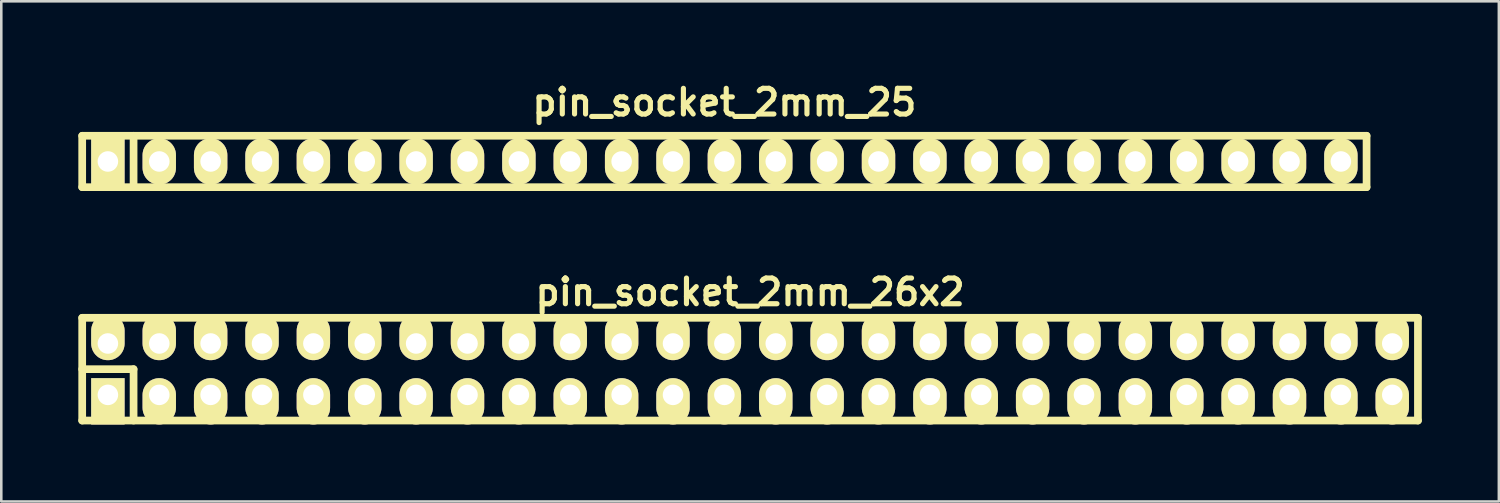
<source format=kicad_pcb>
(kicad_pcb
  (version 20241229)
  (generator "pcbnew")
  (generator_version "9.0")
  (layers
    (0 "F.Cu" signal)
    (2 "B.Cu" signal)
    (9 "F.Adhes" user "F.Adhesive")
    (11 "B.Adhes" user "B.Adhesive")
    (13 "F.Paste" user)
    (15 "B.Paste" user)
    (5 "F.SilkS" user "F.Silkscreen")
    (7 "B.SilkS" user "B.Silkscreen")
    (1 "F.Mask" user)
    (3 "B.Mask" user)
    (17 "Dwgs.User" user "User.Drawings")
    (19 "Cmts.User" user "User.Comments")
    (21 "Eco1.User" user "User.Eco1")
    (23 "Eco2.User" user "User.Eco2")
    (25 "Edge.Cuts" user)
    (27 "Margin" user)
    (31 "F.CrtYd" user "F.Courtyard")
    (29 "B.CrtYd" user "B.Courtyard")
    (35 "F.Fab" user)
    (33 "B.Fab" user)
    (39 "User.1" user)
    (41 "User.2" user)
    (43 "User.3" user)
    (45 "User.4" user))
  (footprint "pin_socket_2mm_25"
    (layer "F.Cu")
    (at 25.15 3.236)
    (property "Reference" "pin_socket_2mm_25" (at 0 -2.3 0) (layer "F.SilkS") (effects (font (size 1 1) (thickness 0.2))))
    (attr through_hole)
    (fp_line (start -25 -1) (end 25 -1) (stroke (width 0.3) (type solid)) (layer "F.SilkS"))
    (fp_line (start -25 1) (end -25 -1) (stroke (width 0.3) (type solid)) (layer "F.SilkS"))
    (fp_line (start -23 -1) (end -23 1) (stroke (width 0.3) (type solid)) (layer "F.SilkS"))
    (fp_line (start 25 -1) (end 25 1) (stroke (width 0.3) (type solid)) (layer "F.SilkS"))
    (fp_line (start 25 1) (end -25 1) (stroke (width 0.3) (type solid)) (layer "F.SilkS"))
    (pad "1" thru_hole rect (at -24 0) (size 1.3 1.8) (drill 0.8) (layers "*.Cu" "*.Mask" "F.SilkS"))
    (pad "2" thru_hole oval (at -22 0) (size 1.3 1.8) (drill 0.8) (layers "*.Cu" "*.Mask" "F.SilkS"))
    (pad "3" thru_hole oval (at -20 0) (size 1.3 1.8) (drill 0.8) (layers "*.Cu" "*.Mask" "F.SilkS"))
    (pad "4" thru_hole oval (at -18 0) (size 1.3 1.8) (drill 0.8) (layers "*.Cu" "*.Mask" "F.SilkS"))
    (pad "5" thru_hole oval (at -16 0) (size 1.3 1.8) (drill 0.8) (layers "*.Cu" "*.Mask" "F.SilkS"))
    (pad "6" thru_hole oval (at -14 0) (size 1.3 1.8) (drill 0.8) (layers "*.Cu" "*.Mask" "F.SilkS"))
    (pad "7" thru_hole oval (at -12 0) (size 1.3 1.8) (drill 0.8) (layers "*.Cu" "*.Mask" "F.SilkS"))
    (pad "8" thru_hole oval (at -10 0) (size 1.3 1.8) (drill 0.8) (layers "*.Cu" "*.Mask" "F.SilkS"))
    (pad "9" thru_hole oval (at -8 0) (size 1.3 1.8) (drill 0.8) (layers "*.Cu" "*.Mask" "F.SilkS"))
    (pad "10" thru_hole oval (at -6 0) (size 1.3 1.8) (drill 0.8) (layers "*.Cu" "*.Mask" "F.SilkS"))
    (pad "11" thru_hole oval (at -4 0) (size 1.3 1.8) (drill 0.8) (layers "*.Cu" "*.Mask" "F.SilkS"))
    (pad "12" thru_hole oval (at -2 0) (size 1.3 1.8) (drill 0.8) (layers "*.Cu" "*.Mask" "F.SilkS"))
    (pad "13" thru_hole oval (at 0 0) (size 1.3 1.8) (drill 0.8) (layers "*.Cu" "*.Mask" "F.SilkS"))
    (pad "14" thru_hole oval (at 2 0) (size 1.3 1.8) (drill 0.8) (layers "*.Cu" "*.Mask" "F.SilkS"))
    (pad "15" thru_hole oval (at 4 0) (size 1.3 1.8) (drill 0.8) (layers "*.Cu" "*.Mask" "F.SilkS"))
    (pad "16" thru_hole oval (at 6 0) (size 1.3 1.8) (drill 0.8) (layers "*.Cu" "*.Mask" "F.SilkS"))
    (pad "17" thru_hole oval (at 8 0) (size 1.3 1.8) (drill 0.8) (layers "*.Cu" "*.Mask" "F.SilkS"))
    (pad "18" thru_hole oval (at 10 0) (size 1.3 1.8) (drill 0.8) (layers "*.Cu" "*.Mask" "F.SilkS"))
    (pad "19" thru_hole oval (at 12 0) (size 1.3 1.8) (drill 0.8) (layers "*.Cu" "*.Mask" "F.SilkS"))
    (pad "20" thru_hole oval (at 14 0) (size 1.3 1.8) (drill 0.8) (layers "*.Cu" "*.Mask" "F.SilkS"))
    (pad "21" thru_hole oval (at 16 0) (size 1.3 1.8) (drill 0.8) (layers "*.Cu" "*.Mask" "F.SilkS"))
    (pad "22" thru_hole oval (at 18 0) (size 1.3 1.8) (drill 0.8) (layers "*.Cu" "*.Mask" "F.SilkS"))
    (pad "23" thru_hole oval (at 20 0) (size 1.3 1.8) (drill 0.8) (layers "*.Cu" "*.Mask" "F.SilkS"))
    (pad "24" thru_hole oval (at 22 0) (size 1.3 1.8) (drill 0.8) (layers "*.Cu" "*.Mask" "F.SilkS"))
    (pad "25" thru_hole oval (at 24 0) (size 1.3 1.8) (drill 0.8) (layers "*.Cu" "*.Mask" "F.SilkS")))
  (footprint "pin_socket_2mm_26x2"
    (layer "F.Cu")
    (at 26.15 11.322)
    (property "Reference" "pin_socket_2mm_26x2" (at 0 -3 0) (layer "F.SilkS") (effects (font (size 1 1) (thickness 0.2))))
    (attr through_hole)
    (fp_line (start -26 -2) (end 26 -2) (stroke (width 0.3) (type solid)) (layer "F.SilkS"))
    (fp_line (start -26 0) (end -24 0) (stroke (width 0.3) (type solid)) (layer "F.SilkS"))
    (fp_line (start -26 2) (end -26 -2) (stroke (width 0.3) (type solid)) (layer "F.SilkS"))
    (fp_line (start -24 0) (end -24 2) (stroke (width 0.3) (type solid)) (layer "F.SilkS"))
    (fp_line (start 26 -2) (end 26 2) (stroke (width 0.3) (type solid)) (layer "F.SilkS"))
    (fp_line (start 26 2) (end -26 2) (stroke (width 0.3) (type solid)) (layer "F.SilkS"))
    (pad "1" thru_hole rect (at -25 1) (size 1.3 1.8) (drill 0.8 (offset 0 0.25)) (layers "*.Cu" "*.Mask" "F.SilkS"))
    (pad "2" thru_hole oval (at -25 -1) (size 1.3 1.8) (drill 0.8 (offset 0 -0.25)) (layers "*.Cu" "*.Mask" "F.SilkS"))
    (pad "3" thru_hole oval (at -23 1) (size 1.3 1.8) (drill 0.8 (offset 0 0.25)) (layers "*.Cu" "*.Mask" "F.SilkS"))
    (pad "4" thru_hole oval (at -23 -1) (size 1.3 1.8) (drill 0.8 (offset 0 -0.25)) (layers "*.Cu" "*.Mask" "F.SilkS"))
    (pad "5" thru_hole oval (at -21 1) (size 1.3 1.8) (drill 0.8 (offset 0 0.25)) (layers "*.Cu" "*.Mask" "F.SilkS"))
    (pad "6" thru_hole oval (at -21 -1) (size 1.3 1.8) (drill 0.8 (offset 0 -0.25)) (layers "*.Cu" "*.Mask" "F.SilkS"))
    (pad "7" thru_hole oval (at -19 1) (size 1.3 1.8) (drill 0.8 (offset 0 0.25)) (layers "*.Cu" "*.Mask" "F.SilkS"))
    (pad "8" thru_hole oval (at -19 -1) (size 1.3 1.8) (drill 0.8 (offset 0 -0.25)) (layers "*.Cu" "*.Mask" "F.SilkS"))
    (pad "9" thru_hole oval (at -17 1) (size 1.3 1.8) (drill 0.8 (offset 0 0.25)) (layers "*.Cu" "*.Mask" "F.SilkS"))
    (pad "10" thru_hole oval (at -17 -1) (size 1.3 1.8) (drill 0.8 (offset 0 -0.25)) (layers "*.Cu" "*.Mask" "F.SilkS"))
    (pad "11" thru_hole oval (at -15 1) (size 1.3 1.8) (drill 0.8 (offset 0 0.25)) (layers "*.Cu" "*.Mask" "F.SilkS"))
    (pad "12" thru_hole oval (at -15 -1) (size 1.3 1.8) (drill 0.8 (offset 0 -0.25)) (layers "*.Cu" "*.Mask" "F.SilkS"))
    (pad "13" thru_hole oval (at -13 1) (size 1.3 1.8) (drill 0.8 (offset 0 0.25)) (layers "*.Cu" "*.Mask" "F.SilkS"))
    (pad "14" thru_hole oval (at -13 -1) (size 1.3 1.8) (drill 0.8 (offset 0 -0.25)) (layers "*.Cu" "*.Mask" "F.SilkS"))
    (pad "15" thru_hole oval (at -11 1) (size 1.3 1.8) (drill 0.8 (offset 0 0.25)) (layers "*.Cu" "*.Mask" "F.SilkS"))
    (pad "16" thru_hole oval (at -11 -1) (size 1.3 1.8) (drill 0.8 (offset 0 -0.25)) (layers "*.Cu" "*.Mask" "F.SilkS"))
    (pad "17" thru_hole oval (at -9 1) (size 1.3 1.8) (drill 0.8 (offset 0 0.25)) (layers "*.Cu" "*.Mask" "F.SilkS"))
    (pad "18" thru_hole oval (at -9 -1) (size 1.3 1.8) (drill 0.8 (offset 0 -0.25)) (layers "*.Cu" "*.Mask" "F.SilkS"))
    (pad "19" thru_hole oval (at -7 1) (size 1.3 1.8) (drill 0.8 (offset 0 0.25)) (layers "*.Cu" "*.Mask" "F.SilkS"))
    (pad "20" thru_hole oval (at -7 -1) (size 1.3 1.8) (drill 0.8 (offset 0 -0.25)) (layers "*.Cu" "*.Mask" "F.SilkS"))
    (pad "21" thru_hole oval (at -5 1) (size 1.3 1.8) (drill 0.8 (offset 0 0.25)) (layers "*.Cu" "*.Mask" "F.SilkS"))
    (pad "22" thru_hole oval (at -5 -1) (size 1.3 1.8) (drill 0.8 (offset 0 -0.25)) (layers "*.Cu" "*.Mask" "F.SilkS"))
    (pad "23" thru_hole oval (at -3 1) (size 1.3 1.8) (drill 0.8 (offset 0 0.25)) (layers "*.Cu" "*.Mask" "F.SilkS"))
    (pad "24" thru_hole oval (at -3 -1) (size 1.3 1.8) (drill 0.8 (offset 0 -0.25)) (layers "*.Cu" "*.Mask" "F.SilkS"))
    (pad "25" thru_hole oval (at -1 1) (size 1.3 1.8) (drill 0.8 (offset 0 0.25)) (layers "*.Cu" "*.Mask" "F.SilkS"))
    (pad "26" thru_hole oval (at -1 -1) (size 1.3 1.8) (drill 0.8 (offset 0 -0.25)) (layers "*.Cu" "*.Mask" "F.SilkS"))
    (pad "27" thru_hole oval (at 1 1) (size 1.3 1.8) (drill 0.8 (offset 0 0.25)) (layers "*.Cu" "*.Mask" "F.SilkS"))
    (pad "28" thru_hole oval (at 1 -1) (size 1.3 1.8) (drill 0.8 (offset 0 -0.25)) (layers "*.Cu" "*.Mask" "F.SilkS"))
    (pad "29" thru_hole oval (at 3 1) (size 1.3 1.8) (drill 0.8 (offset 0 0.25)) (layers "*.Cu" "*.Mask" "F.SilkS"))
    (pad "30" thru_hole oval (at 3 -1) (size 1.3 1.8) (drill 0.8 (offset 0 -0.25)) (layers "*.Cu" "*.Mask" "F.SilkS"))
    (pad "31" thru_hole oval (at 5 1) (size 1.3 1.8) (drill 0.8 (offset 0 0.25)) (layers "*.Cu" "*.Mask" "F.SilkS"))
    (pad "32" thru_hole oval (at 5 -1) (size 1.3 1.8) (drill 0.8 (offset 0 -0.25)) (layers "*.Cu" "*.Mask" "F.SilkS"))
    (pad "33" thru_hole oval (at 7 1) (size 1.3 1.8) (drill 0.8 (offset 0 0.25)) (layers "*.Cu" "*.Mask" "F.SilkS"))
    (pad "34" thru_hole oval (at 7 -1) (size 1.3 1.8) (drill 0.8 (offset 0 -0.25)) (layers "*.Cu" "*.Mask" "F.SilkS"))
    (pad "35" thru_hole oval (at 9 1) (size 1.3 1.8) (drill 0.8 (offset 0 0.25)) (layers "*.Cu" "*.Mask" "F.SilkS"))
    (pad "36" thru_hole oval (at 9 -1) (size 1.3 1.8) (drill 0.8 (offset 0 -0.25)) (layers "*.Cu" "*.Mask" "F.SilkS"))
    (pad "37" thru_hole oval (at 11 1) (size 1.3 1.8) (drill 0.8 (offset 0 0.25)) (layers "*.Cu" "*.Mask" "F.SilkS"))
    (pad "38" thru_hole oval (at 11 -1) (size 1.3 1.8) (drill 0.8 (offset 0 -0.25)) (layers "*.Cu" "*.Mask" "F.SilkS"))
    (pad "39" thru_hole oval (at 13 1) (size 1.3 1.8) (drill 0.8 (offset 0 0.25)) (layers "*.Cu" "*.Mask" "F.SilkS"))
    (pad "40" thru_hole oval (at 13 -1) (size 1.3 1.8) (drill 0.8 (offset 0 -0.25)) (layers "*.Cu" "*.Mask" "F.SilkS"))
    (pad "41" thru_hole oval (at 15 1) (size 1.3 1.8) (drill 0.8 (offset 0 0.25)) (layers "*.Cu" "*.Mask" "F.SilkS"))
    (pad "42" thru_hole oval (at 15 -1) (size 1.3 1.8) (drill 0.8 (offset 0 -0.25)) (layers "*.Cu" "*.Mask" "F.SilkS"))
    (pad "43" thru_hole oval (at 17 1) (size 1.3 1.8) (drill 0.8 (offset 0 0.25)) (layers "*.Cu" "*.Mask" "F.SilkS"))
    (pad "44" thru_hole oval (at 17 -1) (size 1.3 1.8) (drill 0.8 (offset 0 -0.25)) (layers "*.Cu" "*.Mask" "F.SilkS"))
    (pad "45" thru_hole oval (at 19 1) (size 1.3 1.8) (drill 0.8 (offset 0 0.25)) (layers "*.Cu" "*.Mask" "F.SilkS"))
    (pad "46" thru_hole oval (at 19 -1) (size 1.3 1.8) (drill 0.8 (offset 0 -0.25)) (layers "*.Cu" "*.Mask" "F.SilkS"))
    (pad "47" thru_hole oval (at 21 1) (size 1.3 1.8) (drill 0.8 (offset 0 0.25)) (layers "*.Cu" "*.Mask" "F.SilkS"))
    (pad "48" thru_hole oval (at 21 -1) (size 1.3 1.8) (drill 0.8 (offset 0 -0.25)) (layers "*.Cu" "*.Mask" "F.SilkS"))
    (pad "49" thru_hole oval (at 23 1) (size 1.3 1.8) (drill 0.8 (offset 0 0.25)) (layers "*.Cu" "*.Mask" "F.SilkS"))
    (pad "50" thru_hole oval (at 23 -1) (size 1.3 1.8) (drill 0.8 (offset 0 -0.25)) (layers "*.Cu" "*.Mask" "F.SilkS"))
    (pad "51" thru_hole oval (at 25 1) (size 1.3 1.8) (drill 0.8 (offset 0 0.25)) (layers "*.Cu" "*.Mask" "F.SilkS"))
    (pad "52" thru_hole oval (at 25 -1) (size 1.3 1.8) (drill 0.8 (offset 0 -0.25)) (layers "*.Cu" "*.Mask" "F.SilkS")))
  (gr_rect
    (start -3 -3)
    (end 55.3 16.472)
    (stroke (width 0.1) (type default))
    (fill no)
    (layer "Edge.Cuts")))
</source>
